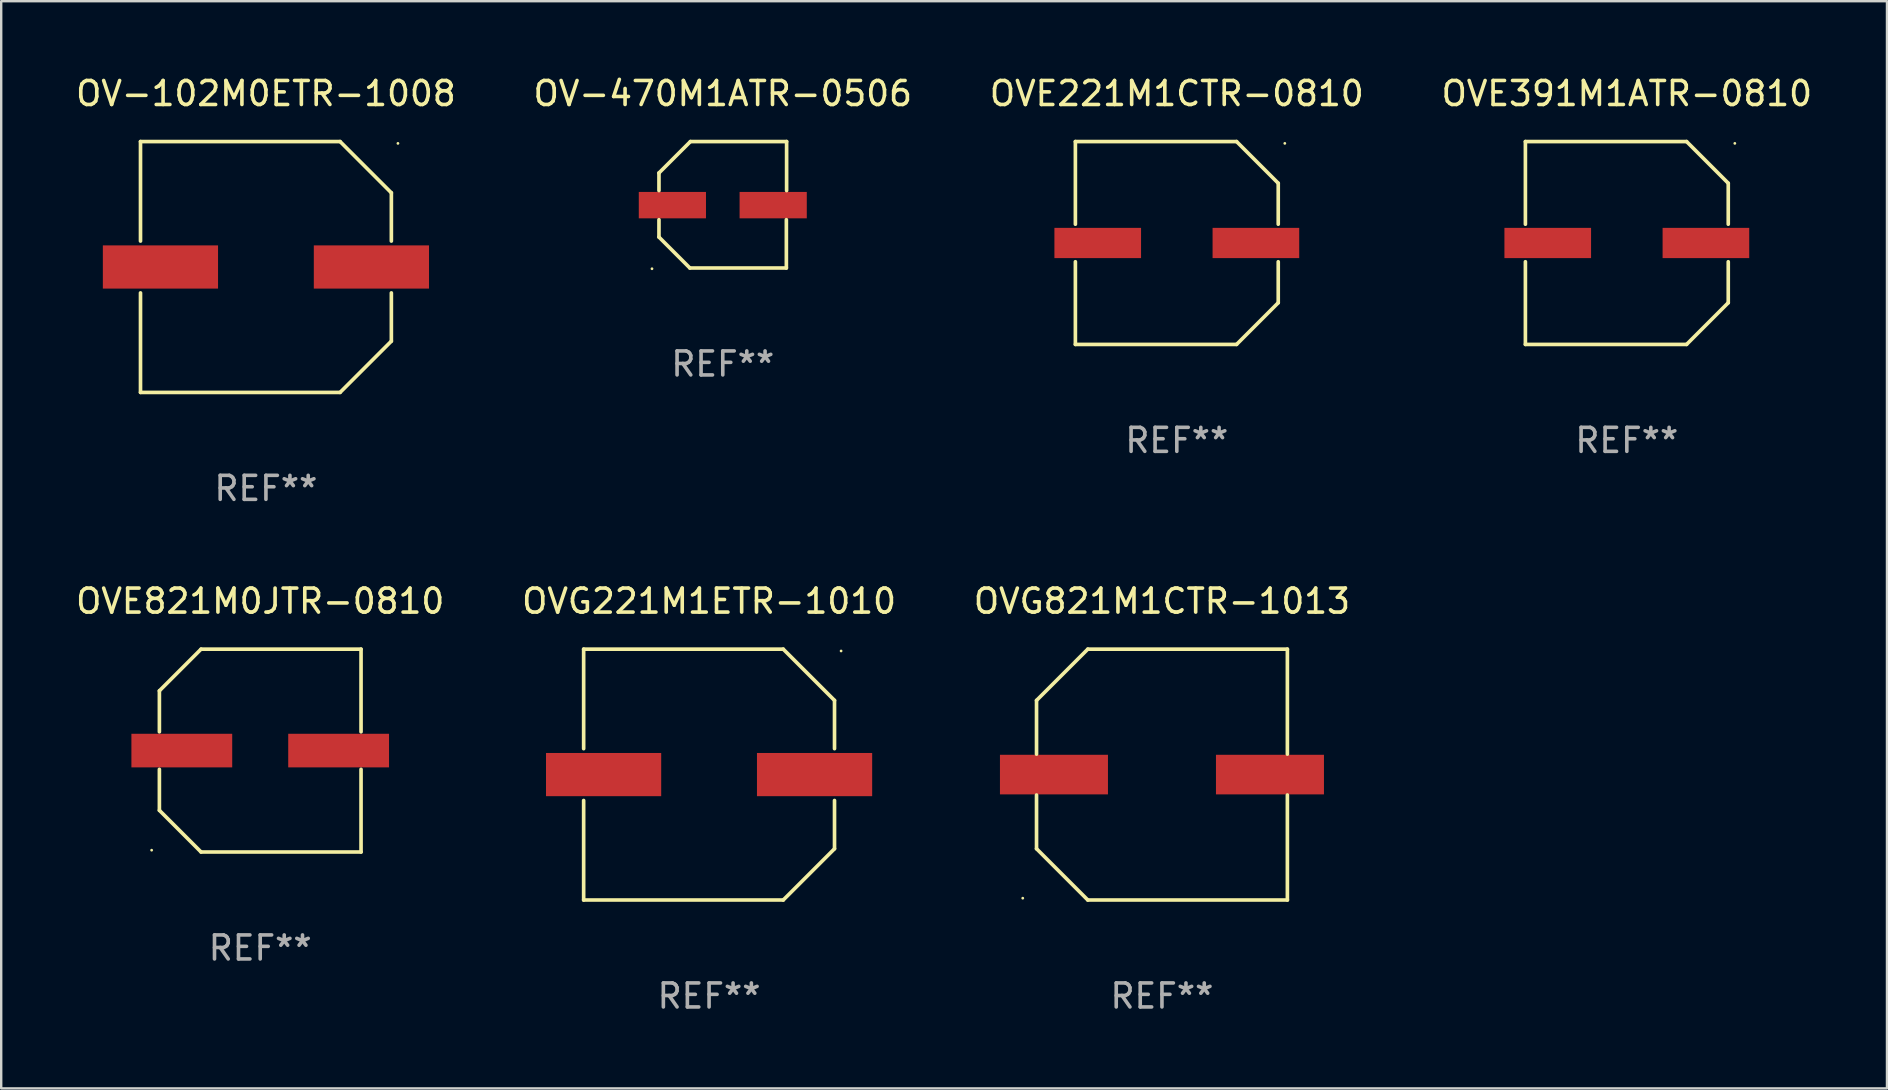
<source format=kicad_pcb>
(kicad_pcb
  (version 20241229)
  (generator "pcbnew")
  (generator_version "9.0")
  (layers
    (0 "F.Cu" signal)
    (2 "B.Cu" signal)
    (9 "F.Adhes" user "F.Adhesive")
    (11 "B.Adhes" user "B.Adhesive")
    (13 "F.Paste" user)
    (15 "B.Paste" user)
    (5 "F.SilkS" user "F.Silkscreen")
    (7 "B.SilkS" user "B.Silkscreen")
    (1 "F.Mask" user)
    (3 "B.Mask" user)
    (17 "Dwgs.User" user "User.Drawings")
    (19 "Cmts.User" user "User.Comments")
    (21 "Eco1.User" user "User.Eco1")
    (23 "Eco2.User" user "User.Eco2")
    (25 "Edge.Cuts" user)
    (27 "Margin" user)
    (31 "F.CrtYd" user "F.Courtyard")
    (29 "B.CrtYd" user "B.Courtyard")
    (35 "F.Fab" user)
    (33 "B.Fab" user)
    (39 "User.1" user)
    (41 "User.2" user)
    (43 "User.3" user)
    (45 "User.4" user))
  (footprint "OVG221M1ETR-1010"
    (layer "F.Cu")
    (at 26.494 29.223)
    (property "Reference" "OVG221M1ETR-1010" (at 0 -7.226 0) (layer "F.SilkS") (effects (font (size 1 1) (thickness 0.15))))
    (attr through_hole)
    (fp_line (start -5.226 -5.226) (end -5.226 -1.08) (stroke (width 0.152) (type solid)) (layer "F.SilkS"))
    (fp_line (start -5.226 -5.226) (end 3.09 -5.226) (stroke (width 0.152) (type solid)) (layer "F.SilkS"))
    (fp_line (start -5.226 1.08) (end -5.226 5.226) (stroke (width 0.152) (type solid)) (layer "F.SilkS"))
    (fp_line (start -5.226 5.226) (end 3.09 5.226) (stroke (width 0.152) (type solid)) (layer "F.SilkS"))
    (fp_line (start 3.09 -5.226) (end 5.226 -3.09) (stroke (width 0.152) (type solid)) (layer "F.SilkS"))
    (fp_line (start 3.09 5.226) (end 5.226 3.09) (stroke (width 0.152) (type solid)) (layer "F.SilkS"))
    (fp_line (start 5.226 -1.08) (end 5.226 -3.09) (stroke (width 0.152) (type solid)) (layer "F.SilkS"))
    (fp_line (start 5.226 3.09) (end 5.226 1.08) (stroke (width 0.152) (type solid)) (layer "F.SilkS"))
    (fp_circle (center 5.5 -5.15) (end 5.53 -5.15) (stroke (width 0.06) (type solid)) (fill no) (layer "F.SilkS"))
    (fp_text user "REF**" (at 0 9.226 0) (layer "F.Fab") (effects (font (size 1 1) (thickness 0.15))))
    (pad "1" smd rect (at 4.395 0 180) (size 4.8 1.8) (layers "F.Cu" "F.Mask" "F.Paste"))
    (pad "2" smd rect (at -4.395 0 180) (size 4.8 1.8) (layers "F.Cu" "F.Mask" "F.Paste")))
  (footprint "OV-470M1ATR-0506"
    (layer "F.Cu")
    (at 27.065 5.482)
    (property "Reference" "OV-470M1ATR-0506" (at 0 -4.634 0) (layer "F.SilkS") (effects (font (size 1 1) (thickness 0.15))))
    (attr through_hole)
    (fp_line (start -2.659 -1.326) (end -2.659 -0.592) (stroke (width 0.152) (type solid)) (layer "F.SilkS"))
    (fp_line (start -2.659 1.346) (end -2.659 0.622) (stroke (width 0.152) (type solid)) (layer "F.SilkS"))
    (fp_line (start -1.372 2.634) (end -2.659 1.346) (stroke (width 0.152) (type solid)) (layer "F.SilkS"))
    (fp_line (start -1.349 -2.634) (end -2.659 -1.326) (stroke (width 0.152) (type solid)) (layer "F.SilkS"))
    (fp_line (start 2.649 0.622) (end 2.649 2.634) (stroke (width 0.152) (type solid)) (layer "F.SilkS"))
    (fp_line (start 2.649 2.634) (end -1.372 2.634) (stroke (width 0.152) (type solid)) (layer "F.SilkS"))
    (fp_line (start 2.659 -2.634) (end -1.349 -2.634) (stroke (width 0.152) (type solid)) (layer "F.SilkS"))
    (fp_line (start 2.659 -0.592) (end 2.659 -2.634) (stroke (width 0.152) (type solid)) (layer "F.SilkS"))
    (fp_circle (center -2.95 2.665) (end -2.92 2.665) (stroke (width 0.06) (type solid)) (fill no) (layer "F.SilkS"))
    (fp_text user "REF**" (at 0 6.634 0) (layer "F.Fab") (effects (font (size 1 1) (thickness 0.15))))
    (pad "1" smd rect (at -2.1 0.015) (size 2.8 1.1) (layers "F.Cu" "F.Mask" "F.Paste"))
    (pad "2" smd rect (at 2.1 0.015) (size 2.8 1.1) (layers "F.Cu" "F.Mask" "F.Paste")))
  (footprint "OVE821M0JTR-0810"
    (layer "F.Cu")
    (at 7.792 28.223)
    (property "Reference" "OVE821M0JTR-0810" (at 0 -6.226 0) (layer "F.SilkS") (effects (font (size 1 1) (thickness 0.15))))
    (attr through_hole)
    (fp_line (start -4.201 -2.49) (end -4.201 -0.782) (stroke (width 0.152) (type solid)) (layer "F.SilkS"))
    (fp_line (start -4.201 2.49) (end -4.201 0.782) (stroke (width 0.152) (type solid)) (layer "F.SilkS"))
    (fp_line (start -2.465 -4.226) (end -4.201 -2.49) (stroke (width 0.152) (type solid)) (layer "F.SilkS"))
    (fp_line (start -2.465 4.226) (end -4.201 2.49) (stroke (width 0.152) (type solid)) (layer "F.SilkS"))
    (fp_line (start 4.201 -4.226) (end -2.465 -4.226) (stroke (width 0.152) (type solid)) (layer "F.SilkS"))
    (fp_line (start 4.201 -0.782) (end 4.201 -4.226) (stroke (width 0.152) (type solid)) (layer "F.SilkS"))
    (fp_line (start 4.201 0.782) (end 4.201 4.226) (stroke (width 0.152) (type solid)) (layer "F.SilkS"))
    (fp_line (start 4.201 4.226) (end -2.465 4.226) (stroke (width 0.152) (type solid)) (layer "F.SilkS"))
    (fp_circle (center -4.524 4.15) (end -4.494 4.15) (stroke (width 0.06) (type solid)) (fill no) (layer "F.SilkS"))
    (fp_text user "REF**" (at 0 8.226 0) (layer "F.Fab") (effects (font (size 1 1) (thickness 0.15))))
    (pad "1" smd rect (at -3.267 0) (size 4.2 1.4) (layers "F.Cu" "F.Mask" "F.Paste"))
    (pad "2" smd rect (at 3.267 0) (size 4.2 1.4) (layers "F.Cu" "F.Mask" "F.Paste")))
  (footprint "OVE391M1ATR-0810"
    (layer "F.Cu")
    (at 64.732 7.074)
    (property "Reference" "OVE391M1ATR-0810" (at 0 -6.226 0) (layer "F.SilkS") (effects (font (size 1 1) (thickness 0.15))))
    (attr through_hole)
    (fp_line (start -4.226 -4.226) (end 2.49 -4.226) (stroke (width 0.152) (type solid)) (layer "F.SilkS"))
    (fp_line (start -4.226 -0.782) (end -4.226 -4.226) (stroke (width 0.152) (type solid)) (layer "F.SilkS"))
    (fp_line (start -4.226 0.782) (end -4.226 4.226) (stroke (width 0.152) (type solid)) (layer "F.SilkS"))
    (fp_line (start -4.226 4.226) (end 2.49 4.226) (stroke (width 0.152) (type solid)) (layer "F.SilkS"))
    (fp_line (start 2.49 -4.226) (end 4.226 -2.49) (stroke (width 0.152) (type solid)) (layer "F.SilkS"))
    (fp_line (start 2.49 4.226) (end 4.226 2.49) (stroke (width 0.152) (type solid)) (layer "F.SilkS"))
    (fp_line (start 4.226 -2.49) (end 4.226 -0.782) (stroke (width 0.152) (type solid)) (layer "F.SilkS"))
    (fp_line (start 4.226 2.49) (end 4.226 0.782) (stroke (width 0.152) (type solid)) (layer "F.SilkS"))
    (fp_circle (center 4.5 -4.15) (end 4.53 -4.15) (stroke (width 0.06) (type solid)) (fill no) (layer "F.SilkS"))
    (fp_text user "REF**" (at 0 8.226 0) (layer "F.Fab") (effects (font (size 1 1) (thickness 0.15))))
    (pad "1" smd rect (at 3.295 0 180) (size 3.61 1.26) (layers "F.Cu" "F.Mask" "F.Paste"))
    (pad "2" smd rect (at -3.295 0 180) (size 3.61 1.26) (layers "F.Cu" "F.Mask" "F.Paste")))
  (footprint "OVG821M1CTR-1013"
    (layer "F.Cu")
    (at 45.363 29.223)
    (property "Reference" "OVG821M1CTR-1013" (at 0 -7.226 0) (layer "F.SilkS") (effects (font (size 1 1) (thickness 0.15))))
    (attr through_hole)
    (fp_line (start -5.226 -3.09) (end -5.226 -0.852) (stroke (width 0.152) (type solid)) (layer "F.SilkS"))
    (fp_line (start -5.226 3.09) (end -5.226 0.852) (stroke (width 0.152) (type solid)) (layer "F.SilkS"))
    (fp_line (start -3.09 -5.226) (end -5.226 -3.09) (stroke (width 0.152) (type solid)) (layer "F.SilkS"))
    (fp_line (start -3.09 5.226) (end -5.226 3.09) (stroke (width 0.152) (type solid)) (layer "F.SilkS"))
    (fp_line (start 5.226 -5.226) (end -3.09 -5.226) (stroke (width 0.152) (type solid)) (layer "F.SilkS"))
    (fp_line (start 5.226 -0.852) (end 5.226 -5.226) (stroke (width 0.152) (type solid)) (layer "F.SilkS"))
    (fp_line (start 5.226 0.852) (end 5.226 5.226) (stroke (width 0.152) (type solid)) (layer "F.SilkS"))
    (fp_line (start 5.226 5.226) (end -3.09 5.226) (stroke (width 0.152) (type solid)) (layer "F.SilkS"))
    (fp_circle (center -5.8 5.15) (end -5.77 5.15) (stroke (width 0.06) (type solid)) (fill no) (layer "F.SilkS"))
    (fp_text user "REF**" (at 0 9.226 0) (layer "F.Fab") (effects (font (size 1 1) (thickness 0.15))))
    (pad "1" smd rect (at -4.5 0) (size 4.5 1.65) (layers "F.Cu" "F.Mask" "F.Paste"))
    (pad "2" smd rect (at 4.5 0) (size 4.5 1.65) (layers "F.Cu" "F.Mask" "F.Paste")))
  (footprint "OVE221M1CTR-0810"
    (layer "F.Cu")
    (at 45.982 7.074)
    (property "Reference" "OVE221M1CTR-0810" (at 0 -6.226 0) (layer "F.SilkS") (effects (font (size 1 1) (thickness 0.15))))
    (attr through_hole)
    (fp_line (start -4.226 -4.226) (end 2.49 -4.226) (stroke (width 0.152) (type solid)) (layer "F.SilkS"))
    (fp_line (start -4.226 -0.782) (end -4.226 -4.226) (stroke (width 0.152) (type solid)) (layer "F.SilkS"))
    (fp_line (start -4.226 0.782) (end -4.226 4.226) (stroke (width 0.152) (type solid)) (layer "F.SilkS"))
    (fp_line (start -4.226 4.226) (end 2.49 4.226) (stroke (width 0.152) (type solid)) (layer "F.SilkS"))
    (fp_line (start 2.49 -4.226) (end 4.226 -2.49) (stroke (width 0.152) (type solid)) (layer "F.SilkS"))
    (fp_line (start 2.49 4.226) (end 4.226 2.49) (stroke (width 0.152) (type solid)) (layer "F.SilkS"))
    (fp_line (start 4.226 -2.49) (end 4.226 -0.782) (stroke (width 0.152) (type solid)) (layer "F.SilkS"))
    (fp_line (start 4.226 2.49) (end 4.226 0.782) (stroke (width 0.152) (type solid)) (layer "F.SilkS"))
    (fp_circle (center 4.5 -4.15) (end 4.53 -4.15) (stroke (width 0.06) (type solid)) (fill no) (layer "F.SilkS"))
    (fp_text user "REF**" (at 0 8.226 0) (layer "F.Fab") (effects (font (size 1 1) (thickness 0.15))))
    (pad "1" smd rect (at 3.295 0 180) (size 3.61 1.26) (layers "F.Cu" "F.Mask" "F.Paste"))
    (pad "2" smd rect (at -3.295 0 180) (size 3.61 1.26) (layers "F.Cu" "F.Mask" "F.Paste")))
  (footprint "OV-102M0ETR-1008"
    (layer "F.Cu")
    (at 8.03 8.074)
    (property "Reference" "OV-102M0ETR-1008" (at 0 -7.226 0) (layer "F.SilkS") (effects (font (size 1 1) (thickness 0.15))))
    (attr through_hole)
    (fp_line (start -5.226 -5.226) (end -5.226 -1.08) (stroke (width 0.152) (type solid)) (layer "F.SilkS"))
    (fp_line (start -5.226 -5.226) (end 3.09 -5.226) (stroke (width 0.152) (type solid)) (layer "F.SilkS"))
    (fp_line (start -5.226 1.08) (end -5.226 5.226) (stroke (width 0.152) (type solid)) (layer "F.SilkS"))
    (fp_line (start -5.226 5.226) (end 3.09 5.226) (stroke (width 0.152) (type solid)) (layer "F.SilkS"))
    (fp_line (start 3.09 -5.226) (end 5.226 -3.09) (stroke (width 0.152) (type solid)) (layer "F.SilkS"))
    (fp_line (start 3.09 5.226) (end 5.226 3.09) (stroke (width 0.152) (type solid)) (layer "F.SilkS"))
    (fp_line (start 5.226 -1.08) (end 5.226 -3.09) (stroke (width 0.152) (type solid)) (layer "F.SilkS"))
    (fp_line (start 5.226 3.09) (end 5.226 1.08) (stroke (width 0.152) (type solid)) (layer "F.SilkS"))
    (fp_circle (center 5.5 -5.15) (end 5.53 -5.15) (stroke (width 0.06) (type solid)) (fill no) (layer "F.SilkS"))
    (fp_text user "REF**" (at 0 9.226 0) (layer "F.Fab") (effects (font (size 1 1) (thickness 0.15))))
    (pad "1" smd rect (at 4.395 0 180) (size 4.8 1.8) (layers "F.Cu" "F.Mask" "F.Paste"))
    (pad "2" smd rect (at -4.395 0 180) (size 4.8 1.8) (layers "F.Cu" "F.Mask" "F.Paste")))
  (gr_rect
    (start -3 -3)
    (end 75.571 42.298)
    (stroke (width 0.1) (type default))
    (fill no)
    (layer "Edge.Cuts")))
</source>
